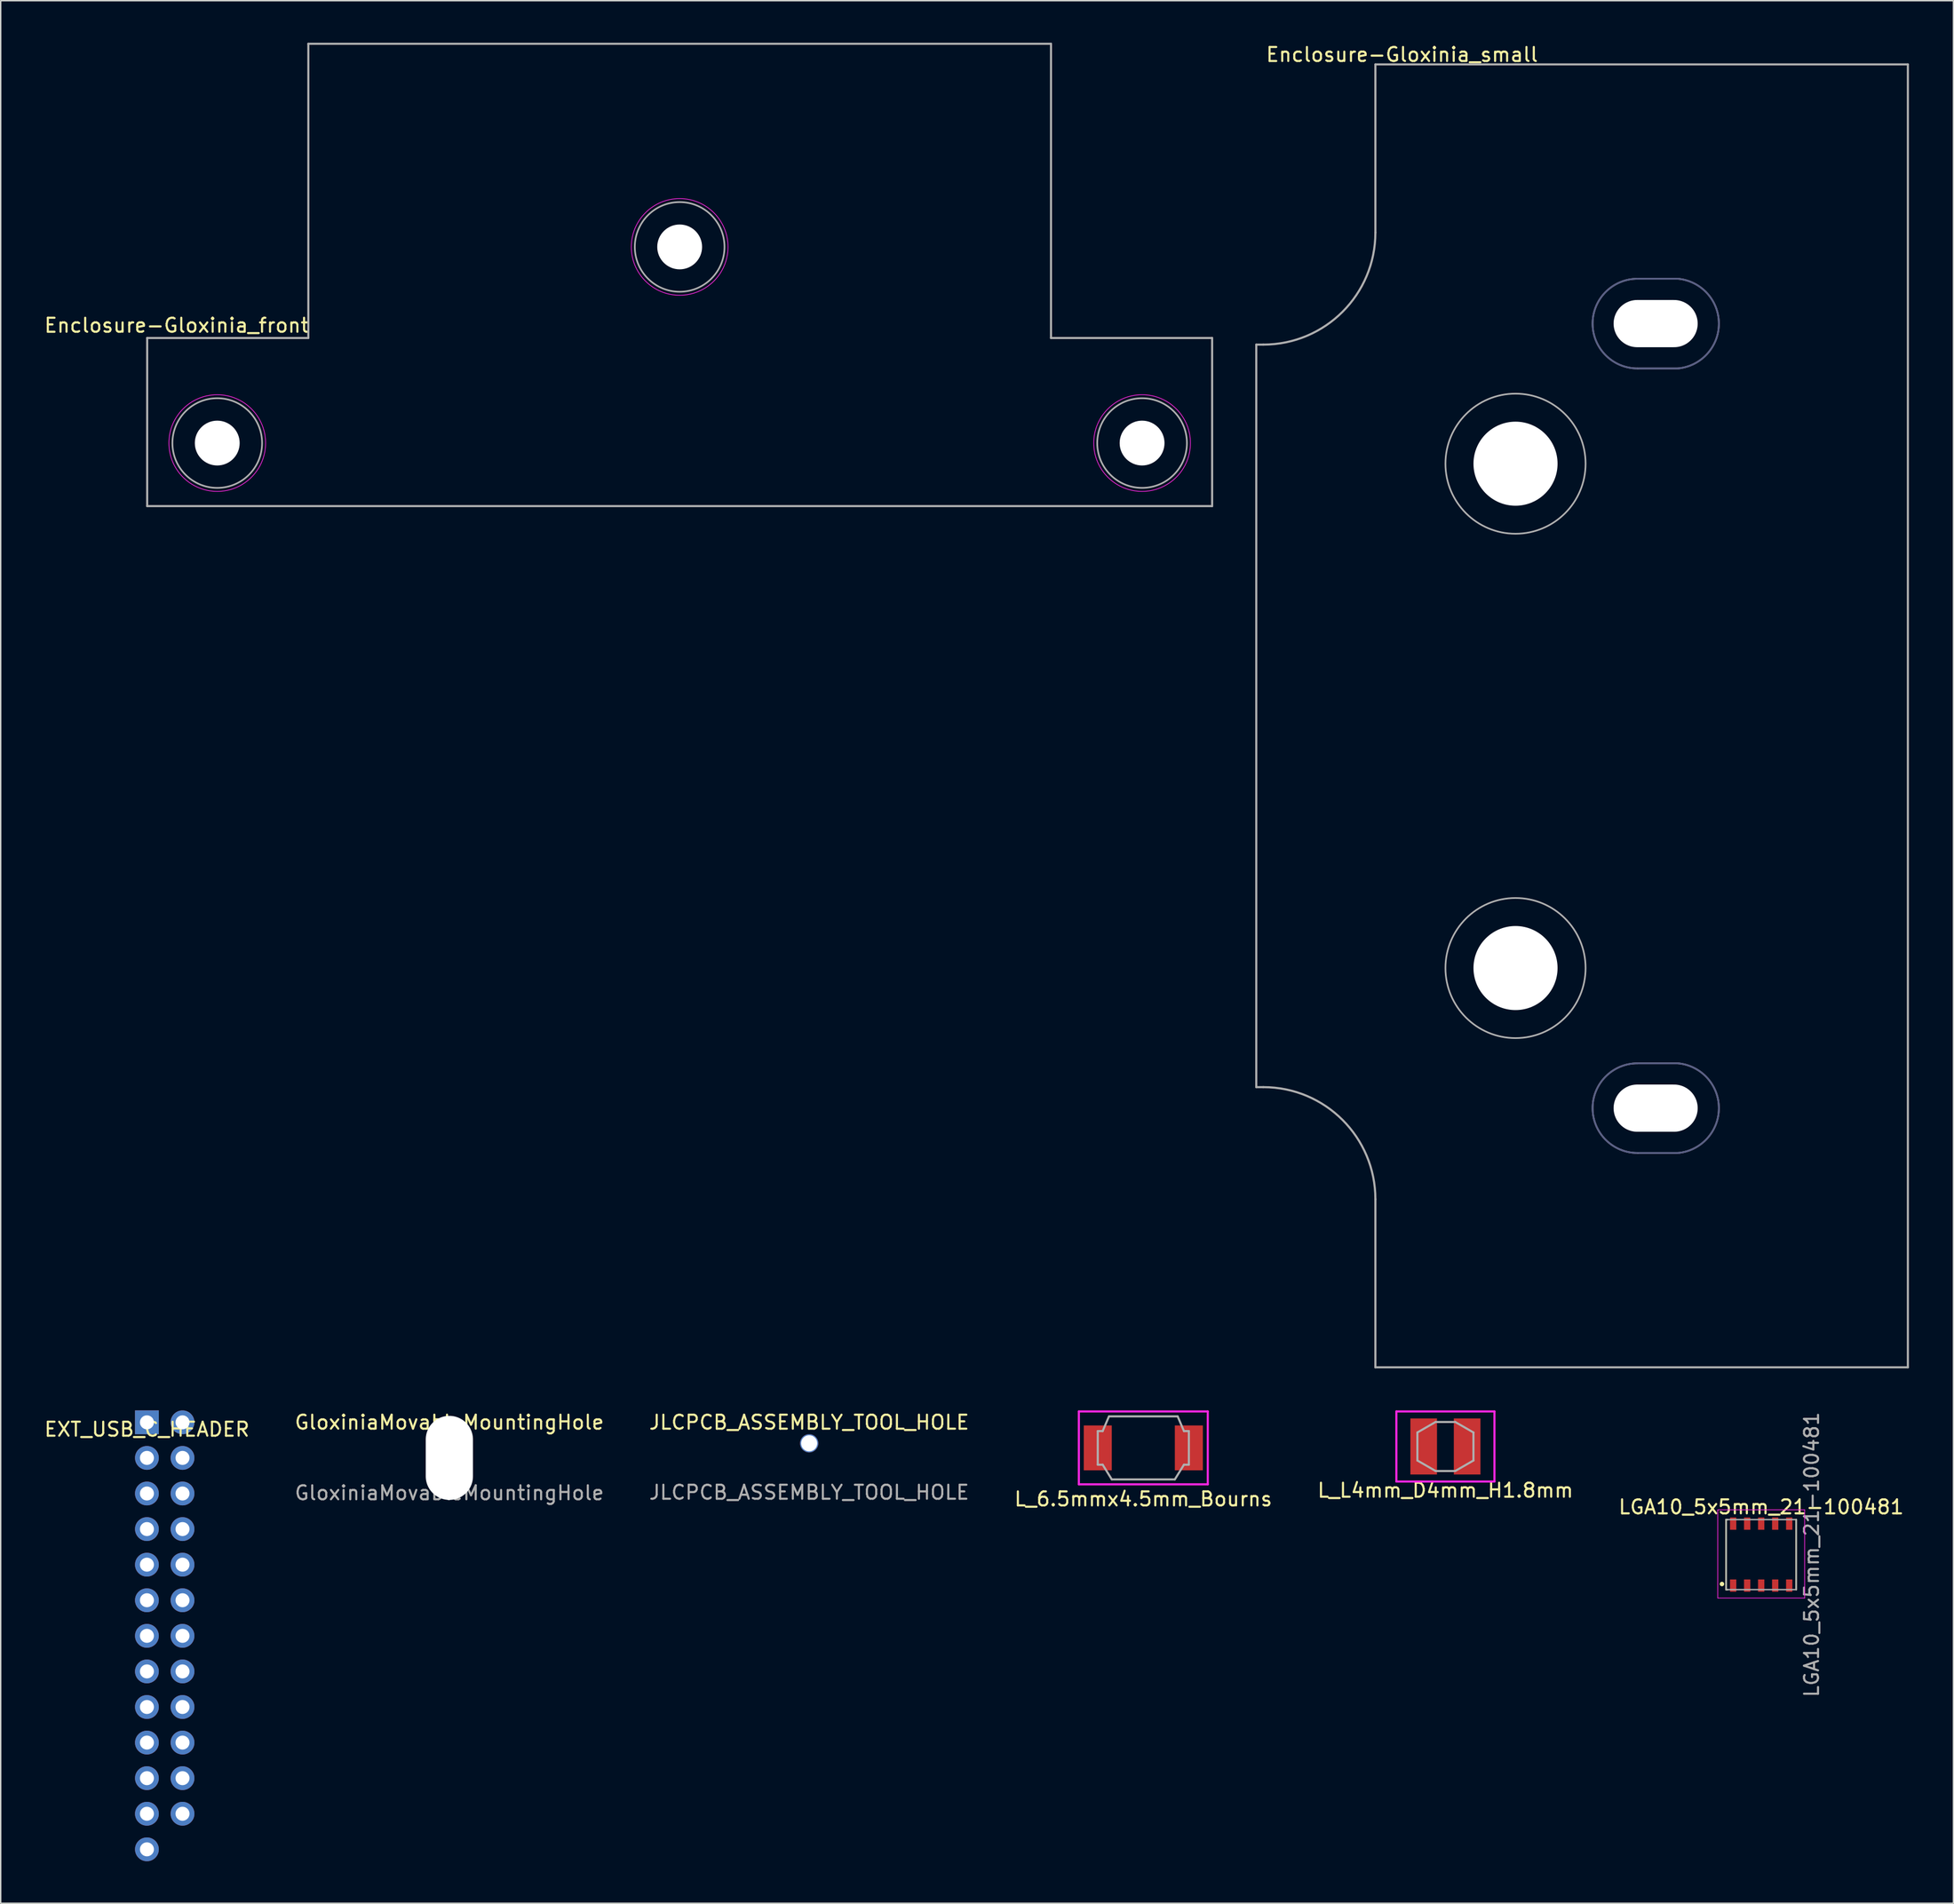
<source format=kicad_pcb>
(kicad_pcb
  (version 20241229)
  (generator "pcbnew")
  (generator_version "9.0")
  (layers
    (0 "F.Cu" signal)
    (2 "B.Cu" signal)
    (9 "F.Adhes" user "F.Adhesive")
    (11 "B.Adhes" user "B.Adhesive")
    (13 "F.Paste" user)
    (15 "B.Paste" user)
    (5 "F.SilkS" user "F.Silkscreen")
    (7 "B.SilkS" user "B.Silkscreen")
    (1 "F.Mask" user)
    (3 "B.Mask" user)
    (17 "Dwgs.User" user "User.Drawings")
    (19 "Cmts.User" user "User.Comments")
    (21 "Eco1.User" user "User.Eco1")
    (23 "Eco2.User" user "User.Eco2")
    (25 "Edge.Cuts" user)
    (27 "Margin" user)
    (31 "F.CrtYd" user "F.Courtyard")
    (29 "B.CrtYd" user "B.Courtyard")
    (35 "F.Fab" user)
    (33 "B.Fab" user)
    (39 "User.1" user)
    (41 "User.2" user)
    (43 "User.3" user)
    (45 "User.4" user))
  (footprint "GloxiniaMovableMountingHole"
    (layer "F.Cu")
    (at 29.018 101.011)
    (property "Reference" "GloxiniaMovableMountingHole" (at 0 -2.54 0) (unlocked yes) (layer "F.SilkS") (effects (font (size 1 1) (thickness 0.15))))
    (attr through_hole)
    (fp_text user "${REFERENCE}" (at 0 2.5 0) (unlocked yes) (layer "F.Fab") (effects (font (size 1 1) (thickness 0.15))))
    (pad "" np_thru_hole oval (at 0 0) (size 3.37 6) (drill oval 3.37 6) (layers "*.Cu" "*.Mask")))
  (footprint "L_6.5mmx4.5mm_Bourns"
    (layer "F.Cu")
    (at 78.542 100.298)
    (property "Reference" "L_6.5mmx4.5mm_Bourns" (at 0 3.65 0) (layer "F.SilkS") (effects (font (size 1 1) (thickness 0.15))))
    (attr smd)
    (fp_line (start -4.6 -2.6) (end -4.6 2.6) (stroke (width 0.15) (type solid)) (layer "F.CrtYd"))
    (fp_line (start -4.6 -2.6) (end 4.6 -2.6) (stroke (width 0.15) (type solid)) (layer "F.CrtYd"))
    (fp_line (start 4.6 -2.6) (end 4.6 2.6) (stroke (width 0.15) (type solid)) (layer "F.CrtYd"))
    (fp_line (start 4.6 2.6) (end -4.6 2.6) (stroke (width 0.15) (type solid)) (layer "F.CrtYd"))
    (fp_line (start -3.25 -1.2) (end -2.9 -1.2) (stroke (width 0.15) (type solid)) (layer "F.Fab"))
    (fp_line (start -3.25 1.2) (end -3.25 -1.2) (stroke (width 0.15) (type solid)) (layer "F.Fab"))
    (fp_line (start -3.25 1.2) (end -2.9 1.2) (stroke (width 0.15) (type solid)) (layer "F.Fab"))
    (fp_line (start -2.9 -1.2) (end -2.45 -2.25) (stroke (width 0.15) (type solid)) (layer "F.Fab"))
    (fp_line (start -2.9 1.2) (end -2.25 2.25) (stroke (width 0.15) (type solid)) (layer "F.Fab"))
    (fp_line (start -2.45 -2.25) (end 2.45 -2.25) (stroke (width 0.15) (type solid)) (layer "F.Fab"))
    (fp_line (start 2.25 2.25) (end -2.25 2.25) (stroke (width 0.15) (type solid)) (layer "F.Fab"))
    (fp_line (start 2.9 -1.2) (end 2.45 -2.25) (stroke (width 0.15) (type solid)) (layer "F.Fab"))
    (fp_line (start 2.9 -1.2) (end 3.25 -1.2) (stroke (width 0.15) (type solid)) (layer "F.Fab"))
    (fp_line (start 2.9 1.2) (end 2.25 2.25) (stroke (width 0.15) (type solid)) (layer "F.Fab"))
    (fp_line (start 2.9 1.2) (end 3.25 1.2) (stroke (width 0.15) (type solid)) (layer "F.Fab"))
    (fp_line (start 3.25 -1.2) (end 3.25 1.2) (stroke (width 0.15) (type solid)) (layer "F.Fab"))
    (pad "1" smd rect (at -3.25 0) (size 2 3.2) (layers "F.Cu" "F.Mask" "F.Paste"))
    (pad "2" smd rect (at 3.25 0) (size 2 3.2) (layers "F.Cu" "F.Mask" "F.Paste")))
  (footprint "JLCPCB_ASSEMBLY_TOOL_HOLE"
    (layer "F.Cu")
    (at 54.696 99.972)
    (property "Reference" "JLCPCB_ASSEMBLY_TOOL_HOLE" (at 0 -1.5 0) (unlocked yes) (layer "F.SilkS") (effects (font (size 1 1) (thickness 0.15))))
    (attr through_hole)
    (fp_text user "${REFERENCE}" (at 0 3.5 0) (unlocked yes) (layer "F.Fab") (effects (font (size 1 1) (thickness 0.15))))
    (pad "" np_thru_hole circle (at 0 0) (size 1.3 1.3) (drill 1.152) (layers "*.Cu" "*.Mask")))
  (footprint "L_L4mm_D4mm_H1.8mm"
    (layer "F.Cu")
    (at 100.101 100.198)
    (property "Reference" "L_L4mm_D4mm_H1.8mm" (at 0 3.13 0) (layer "F.SilkS") (effects (font (size 1 1) (thickness 0.15))))
    (attr smd)
    (fp_line (start -3.5 -2.5) (end 3.5 -2.5) (stroke (width 0.15) (type solid)) (layer "F.CrtYd"))
    (fp_line (start -3.5 2.5) (end -3.5 -2.5) (stroke (width 0.15) (type solid)) (layer "F.CrtYd"))
    (fp_line (start 3.5 -2.5) (end 3.5 2.5) (stroke (width 0.15) (type solid)) (layer "F.CrtYd"))
    (fp_line (start 3.5 2.5) (end -3.5 2.5) (stroke (width 0.15) (type solid)) (layer "F.CrtYd"))
    (fp_line (start -2 -1) (end -0.7 -1.75) (stroke (width 0.15) (type solid)) (layer "F.Fab"))
    (fp_line (start -2 1) (end -2 -1) (stroke (width 0.15) (type solid)) (layer "F.Fab"))
    (fp_line (start -0.7 -1.75) (end 0.7 -1.75) (stroke (width 0.15) (type solid)) (layer "F.Fab"))
    (fp_line (start -0.7 1.75) (end -2 1) (stroke (width 0.15) (type solid)) (layer "F.Fab"))
    (fp_line (start 0.7 -1.75) (end 2 -1) (stroke (width 0.15) (type solid)) (layer "F.Fab"))
    (fp_line (start 0.7 1.75) (end -0.7 1.75) (stroke (width 0.15) (type solid)) (layer "F.Fab"))
    (fp_line (start 2 -1) (end 2 1) (stroke (width 0.15) (type solid)) (layer "F.Fab"))
    (fp_line (start 2 1) (end 0.7 1.75) (stroke (width 0.15) (type solid)) (layer "F.Fab"))
    (pad "1" smd rect (at 1.55 0) (size 1.9 4) (layers "F.Cu" "F.Mask" "F.Paste"))
    (pad "2" smd rect (at -1.55 0) (size 1.9 4) (layers "F.Cu" "F.Mask" "F.Paste")))
  (footprint "EXT_USB_C_HEADER"
    (layer "F.Cu")
    (at 7.435 98.473)
    (property "Reference" "EXT_USB_C_HEADER" (at 0 0.5 0) (layer "F.SilkS") (effects (font (size 1 1) (thickness 0.15))))
    (attr through_hole)
    (pad "A1" thru_hole rect (at 0 0) (size 1.7 1.7) (drill 1) (layers "*.Cu" "*.Mask"))
    (pad "A2" thru_hole circle (at 0 2.54) (size 1.7 1.7) (drill 1) (layers "*.Cu" "*.Mask"))
    (pad "A3" thru_hole circle (at 0 5.08) (size 1.7 1.7) (drill 1) (layers "*.Cu" "*.Mask"))
    (pad "A4" thru_hole circle (at 0 7.62) (size 1.7 1.7) (drill 1) (layers "*.Cu" "*.Mask"))
    (pad "A5" thru_hole circle (at 0 10.16) (size 1.7 1.7) (drill 1) (layers "*.Cu" "*.Mask"))
    (pad "A6" thru_hole circle (at 0 12.7) (size 1.7 1.7) (drill 1) (layers "*.Cu" "*.Mask"))
    (pad "A7" thru_hole circle (at 0 15.24) (size 1.7 1.7) (drill 1) (layers "*.Cu" "*.Mask"))
    (pad "A8" thru_hole circle (at 0 17.78) (size 1.7 1.7) (drill 1) (layers "*.Cu" "*.Mask"))
    (pad "A9" thru_hole circle (at 0 20.32) (size 1.7 1.7) (drill 1) (layers "*.Cu" "*.Mask"))
    (pad "A10" thru_hole circle (at 0 22.86) (size 1.7 1.7) (drill 1) (layers "*.Cu" "*.Mask"))
    (pad "A11" thru_hole circle (at 0 25.4) (size 1.7 1.7) (drill 1) (layers "*.Cu" "*.Mask"))
    (pad "A12" thru_hole circle (at 0 27.94) (size 1.7 1.7) (drill 1) (layers "*.Cu" "*.Mask"))
    (pad "B1" thru_hole circle (at 2.54 0) (size 1.7 1.7) (drill 1) (layers "*.Cu" "*.Mask"))
    (pad "B2" thru_hole circle (at 2.54 2.54) (size 1.7 1.7) (drill 1) (layers "*.Cu" "*.Mask"))
    (pad "B3" thru_hole circle (at 2.54 5.08) (size 1.7 1.7) (drill 1) (layers "*.Cu" "*.Mask"))
    (pad "B4" thru_hole circle (at 2.54 7.62) (size 1.7 1.7) (drill 1) (layers "*.Cu" "*.Mask"))
    (pad "B5" thru_hole circle (at 2.54 10.16) (size 1.7 1.7) (drill 1) (layers "*.Cu" "*.Mask"))
    (pad "B6" thru_hole circle (at 2.54 12.7) (size 1.7 1.7) (drill 1) (layers "*.Cu" "*.Mask"))
    (pad "B7" thru_hole circle (at 2.54 15.24) (size 1.7 1.7) (drill 1) (layers "*.Cu" "*.Mask"))
    (pad "B8" thru_hole circle (at 2.54 17.78) (size 1.7 1.7) (drill 1) (layers "*.Cu" "*.Mask"))
    (pad "B9" thru_hole circle (at 2.54 20.32) (size 1.7 1.7) (drill 1) (layers "*.Cu" "*.Mask"))
    (pad "B10" thru_hole circle (at 2.54 22.86) (size 1.7 1.7) (drill 1) (layers "*.Cu" "*.Mask"))
    (pad "B11" thru_hole circle (at 2.54 25.4) (size 1.7 1.7) (drill 1) (layers "*.Cu" "*.Mask"))
    (pad "B12" thru_hole circle (at 2.54 27.94) (size 1.7 1.7) (drill 1) (layers "*.Cu" "*.Mask"))
    (pad "S1" thru_hole circle (at 0 30.48) (size 1.7 1.7) (drill 1) (layers "*.Cu" "*.Mask")))
  (footprint "LGA10_5x5mm_21-100481"
    (layer "F.Cu")
    (at 122.637 107.915)
    (property "Reference" "LGA10_5x5mm_21-100481" (at 0 -3.4 0) (unlocked yes) (layer "F.SilkS") (effects (font (size 1 1) (thickness 0.15))))
    (attr smd)
    (fp_line (start -2.5 -2.5) (end -2.5 2.5) (stroke (width 0.12) (type solid)) (layer "F.SilkS"))
    (fp_line (start -2.4 -2.5) (end -2.5 -2.5) (stroke (width 0.12) (type solid)) (layer "F.SilkS"))
    (fp_line (start -2.4 2.5) (end -2.5 2.5) (stroke (width 0.12) (type solid)) (layer "F.SilkS"))
    (fp_line (start 2.5 -2.5) (end 2.5 2.5) (stroke (width 0.12) (type solid)) (layer "F.SilkS"))
    (fp_circle (center -2.8 2.1) (end -2.7 2.1) (stroke (width 0.12) (type solid)) (fill yes) (layer "F.SilkS"))
    (fp_line (start -3.1 -3.2) (end 3.1 -3.2) (stroke (width 0.05) (type solid)) (layer "F.CrtYd"))
    (fp_line (start -3.1 3.1) (end -3.1 -3.2) (stroke (width 0.05) (type solid)) (layer "F.CrtYd"))
    (fp_line (start 3.1 -3.2) (end 3.1 3.1) (stroke (width 0.05) (type solid)) (layer "F.CrtYd"))
    (fp_line (start 3.1 3.1) (end -3.1 3.1) (stroke (width 0.05) (type solid)) (layer "F.CrtYd"))
    (fp_line (start -2.5 -2.5) (end 2.5 -2.5) (stroke (width 0.1) (type solid)) (layer "F.Fab"))
    (fp_line (start -2.5 2.5) (end -2.5 -2.5) (stroke (width 0.1) (type solid)) (layer "F.Fab"))
    (fp_line (start 2.5 -2.5) (end 2.5 2.5) (stroke (width 0.1) (type solid)) (layer "F.Fab"))
    (fp_line (start 2.5 2.5) (end -2.5 2.5) (stroke (width 0.1) (type solid)) (layer "F.Fab"))
    (fp_text user "${REFERENCE}" (at 3.6 0 90) (unlocked yes) (layer "F.Fab") (effects (font (size 1 1) (thickness 0.15))))
    (pad "1" smd rect (at -2 2.212) (size 0.45 0.875) (layers "F.Cu" "F.Mask" "F.Paste"))
    (pad "2" smd rect (at -1 2.212) (size 0.45 0.875) (layers "F.Cu" "F.Mask" "F.Paste"))
    (pad "3" smd trapezoid (at 0 2.212) (size 0.45 0.875) (layers "F.Cu" "F.Mask" "F.Paste"))
    (pad "4" smd rect (at 1 2.212) (size 0.45 0.875) (layers "F.Cu" "F.Mask" "F.Paste"))
    (pad "5" smd rect (at 2 2.212) (size 0.45 0.875) (layers "F.Cu" "F.Mask" "F.Paste"))
    (pad "6" smd rect (at 2 -2.212) (size 0.45 0.875) (layers "F.Cu" "F.Mask" "F.Paste"))
    (pad "7" smd rect (at 1 -2.212) (size 0.45 0.875) (layers "F.Cu" "F.Mask" "F.Paste"))
    (pad "8" smd rect (at 0 -2.212) (size 0.45 0.875) (layers "F.Cu" "F.Mask" "F.Paste"))
    (pad "9" smd rect (at -1 -2.212) (size 0.45 0.875) (layers "F.Cu" "F.Mask" "F.Paste"))
    (pad "10" smd rect (at -2 -2.212) (size 0.45 0.875) (layers "F.Cu" "F.Mask" "F.Paste")))
  (footprint "Enclosure-Gloxinia_front"
    (layer "F.Cu")
    (at 45.454 14.575)
    (property "Reference" "Enclosure-Gloxinia_front" (at -35.9 5.6 0) (layer "F.SilkS") (effects (font (size 1 1) (thickness 0.15))))
    (attr through_hole)
    (fp_circle (center -33 14) (end -29.55 14) (stroke (width 0.05) (type solid)) (fill no) (layer "F.CrtYd"))
    (fp_circle (center 0 0) (end 3.45 0) (stroke (width 0.05) (type solid)) (fill no) (layer "F.CrtYd"))
    (fp_circle (center 33 14) (end 36.45 14) (stroke (width 0.05) (type solid)) (fill no) (layer "F.CrtYd"))
    (fp_line (start -38 6.5) (end -38 18.5) (stroke (width 0.15) (type solid)) (layer "F.Fab"))
    (fp_line (start -38 6.5) (end -26.5 6.5) (stroke (width 0.15) (type solid)) (layer "F.Fab"))
    (fp_line (start -26.5 -14.5) (end -26.5 6.5) (stroke (width 0.15) (type solid)) (layer "F.Fab"))
    (fp_line (start -26.5 -14.5) (end 26.5 -14.5) (stroke (width 0.15) (type solid)) (layer "F.Fab"))
    (fp_line (start 26.5 -14.5) (end 26.5 6.5) (stroke (width 0.15) (type solid)) (layer "F.Fab"))
    (fp_line (start 26.5 6.5) (end 38 6.5) (stroke (width 0.15) (type solid)) (layer "F.Fab"))
    (fp_line (start 38 6.5) (end 38 18.5) (stroke (width 0.15) (type solid)) (layer "F.Fab"))
    (fp_line (start 38 18.5) (end -38 18.5) (stroke (width 0.15) (type solid)) (layer "F.Fab"))
    (fp_circle (center -33 14) (end -29.8 14) (stroke (width 0.12) (type solid)) (fill no) (layer "F.Fab"))
    (fp_circle (center 0 0) (end 3.2 0) (stroke (width 0.12) (type solid)) (fill no) (layer "F.Fab"))
    (fp_circle (center 33 14) (end 36.2 14) (stroke (width 0.12) (type solid)) (fill no) (layer "F.Fab"))
    (pad "" np_thru_hole circle (at -33 14) (size 3.2 3.2) (drill 3.2) (layers "*.Cu" "*.Mask"))
    (pad "" np_thru_hole circle (at 0 0) (size 3.2 3.2) (drill 3.2) (layers "*.Cu" "*.Mask"))
    (pad "" np_thru_hole circle (at 33 14) (size 3.2 3.2) (drill 3.2) (layers "*.Cu" "*.Mask")))
  (footprint "Enclosure-Gloxinia_small"
    (layer "F.Cu")
    (at 133.104 48.048)
    (property "Reference" "Enclosure-Gloxinia_small" (at -36.1 -47.2 0) (layer "F.SilkS") (effects (font (size 1 1) (thickness 0.15))))
    (attr through_hole)
    (fp_line (start -19.301 -31.2) (end -16.401 -31.2) (stroke (width 0.12) (type solid)) (layer "B.Fab"))
    (fp_line (start -19.301 24.8) (end -16.401 24.8) (stroke (width 0.12) (type solid)) (layer "B.Fab"))
    (fp_line (start -19.2 -24.8) (end -16.3 -24.8) (stroke (width 0.12) (type solid)) (layer "B.Fab"))
    (fp_line (start -19.2 31.2) (end -16.3 31.2) (stroke (width 0.12) (type solid)) (layer "B.Fab"))
    (fp_arc (start -19.3 -24.8) (mid -22.5 -28) (end -19.3 -31.2) (stroke (width 0.12) (type solid)) (layer "B.Fab"))
    (fp_arc (start -19.3 31.2) (mid -22.5 28) (end -19.3 24.8) (stroke (width 0.12) (type solid)) (layer "B.Fab"))
    (fp_arc (start -16.400651 -31.2) (mid -13.485968 -28.000266) (end -16.4 -24.799939) (stroke (width 0.12) (type solid)) (layer "B.Fab"))
    (fp_arc (start -16.400651 24.8) (mid -13.485968 27.999734) (end -16.4 31.200061) (stroke (width 0.12) (type solid)) (layer "B.Fab"))
    (fp_line (start -46.5 -26.5) (end -46.5 26.5) (stroke (width 0.15) (type solid)) (layer "F.Fab"))
    (fp_line (start -46.5 -26.5) (end -46 -26.5) (stroke (width 0.15) (type solid)) (layer "F.Fab"))
    (fp_line (start -46 26.5) (end -46.5 26.5) (stroke (width 0.15) (type solid)) (layer "F.Fab"))
    (fp_line (start -38 -46.5) (end -38 -34.5) (stroke (width 0.15) (type solid)) (layer "F.Fab"))
    (fp_line (start -38 -46.5) (end 0 -46.5) (stroke (width 0.15) (type solid)) (layer "F.Fab"))
    (fp_line (start -38 34.5) (end -38 46.5) (stroke (width 0.15) (type solid)) (layer "F.Fab"))
    (fp_line (start -19.3 -31.2) (end -16.4 -31.2) (stroke (width 0.12) (type solid)) (layer "F.Fab"))
    (fp_line (start -19.3 -24.8) (end -16.4 -24.8) (stroke (width 0.12) (type solid)) (layer "F.Fab"))
    (fp_line (start -19.3 24.8) (end -16.4 24.8) (stroke (width 0.12) (type solid)) (layer "F.Fab"))
    (fp_line (start -19.3 31.2) (end -16.4 31.2) (stroke (width 0.12) (type solid)) (layer "F.Fab"))
    (fp_line (start 0 -46.5) (end 0 46.5) (stroke (width 0.15) (type solid)) (layer "F.Fab"))
    (fp_line (start 0 46.5) (end -38 46.5) (stroke (width 0.15) (type solid)) (layer "F.Fab"))
    (fp_arc (start -46 26.5) (mid -40.343146 28.843146) (end -38 34.5) (stroke (width 0.15) (type solid)) (layer "F.Fab"))
    (fp_arc (start -38 -34.5) (mid -40.343146 -28.843146) (end -46 -26.5) (stroke (width 0.15) (type solid)) (layer "F.Fab"))
    (fp_arc (start -19.3 -24.8) (mid -22.5 -28) (end -19.3 -31.2) (stroke (width 0.12) (type solid)) (layer "F.Fab"))
    (fp_arc (start -19.3 31.2) (mid -22.5 28) (end -19.3 24.8) (stroke (width 0.12) (type solid)) (layer "F.Fab"))
    (fp_arc (start -16.400651 -31.200061) (mid -13.485968 -28.000327) (end -16.4 -24.8) (stroke (width 0.12) (type solid)) (layer "F.Fab"))
    (fp_arc (start -16.400651 24.799939) (mid -13.485968 27.999673) (end -16.4 31.2) (stroke (width 0.12) (type solid)) (layer "F.Fab"))
    (fp_circle (center -28 -18) (end -23 -18) (stroke (width 0.12) (type solid)) (fill no) (layer "F.Fab"))
    (fp_circle (center -28 18) (end -23 18) (stroke (width 0.12) (type solid)) (fill no) (layer "F.Fab"))
    (pad "" np_thru_hole oval (at -28 -18 90) (size 6 6) (drill 6) (layers "*.Cu" "*.Mask"))
    (pad "" np_thru_hole oval (at -28 18) (size 6 6) (drill 6) (layers "*.Cu" "*.Mask"))
    (pad "" np_thru_hole oval (at -18 -28 90) (size 3.37 6) (drill oval 3.37 6) (layers "*.Cu" "*.Mask"))
    (pad "" np_thru_hole oval (at -18 28 90) (size 3.37 6) (drill oval 3.37 6) (layers "*.Cu" "*.Mask")))
  (gr_rect
    (start -3 -3)
    (end 136.354 132.803)
    (stroke (width 0.1) (type default))
    (fill no)
    (layer "Edge.Cuts")))
</source>
